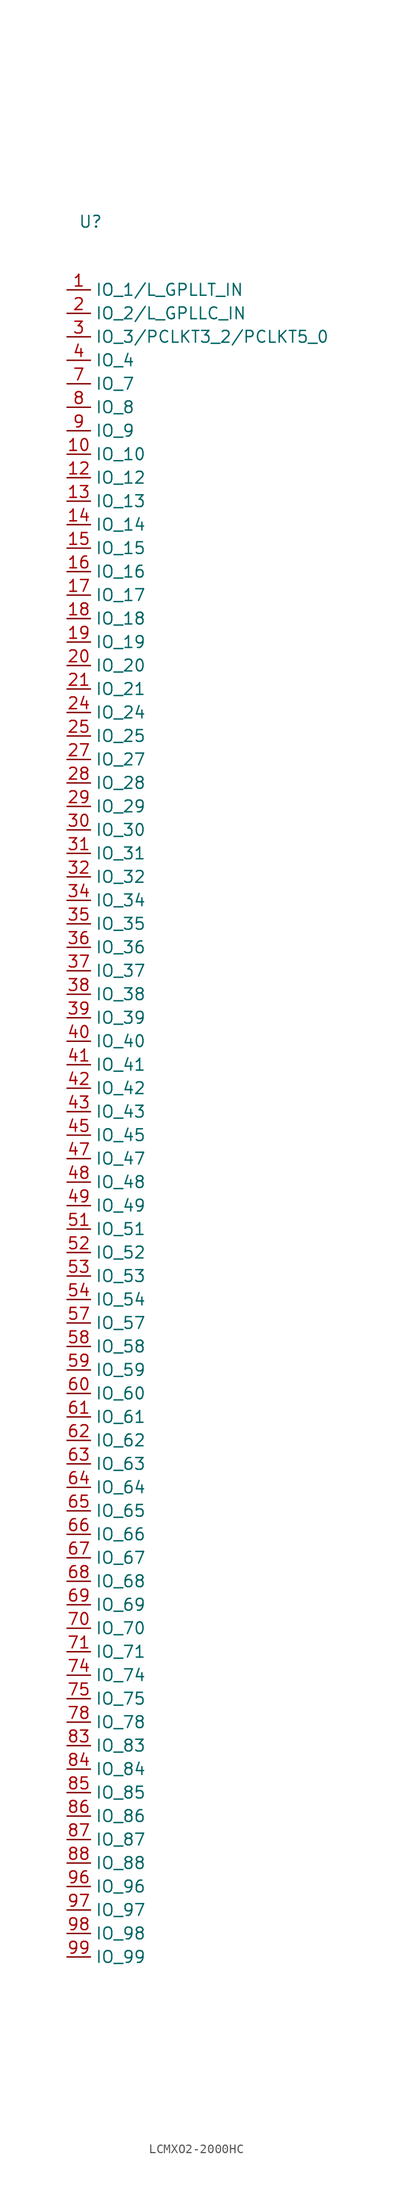
<source format=kicad_sym>
(kicad_symbol_lib
  (version 20231120)
  (generator "kicad_symbol_editor")
  (generator_version "8.0")
  (symbol "LCMXO2-2000HC"
    (property "Reference" "U"
      (at 0 3.556 0)
      (effects (font (size 1.27 1.27))))
    (property "Value" ""
      (at 0 0 0)
      (effects (font (size 1.27 1.27))))
    (symbol "LCMXO2-2000HC_1_1"
      (pin bidirectional line (at -2.54 -3.81 0) (length 2.54) (name "IO_1/L_GPLLT_IN" (effects (font (size 1.27 1.27)))) (number "1" (effects (font (size 1.27 1.27)))))
      (pin bidirectional line (at -2.54 -21.59 0) (length 2.54) (name "IO_10" (effects (font (size 1.27 1.27)))) (number "10" (effects (font (size 1.27 1.27)))))
      (pin bidirectional line (at -2.54 -24.13 0) (length 2.54) (name "IO_12" (effects (font (size 1.27 1.27)))) (number "12" (effects (font (size 1.27 1.27)))))
      (pin bidirectional line (at -2.54 -26.67 0) (length 2.54) (name "IO_13" (effects (font (size 1.27 1.27)))) (number "13" (effects (font (size 1.27 1.27)))))
      (pin bidirectional line (at -2.54 -29.21 0) (length 2.54) (name "IO_14" (effects (font (size 1.27 1.27)))) (number "14" (effects (font (size 1.27 1.27)))))
      (pin bidirectional line (at -2.54 -31.75 0) (length 2.54) (name "IO_15" (effects (font (size 1.27 1.27)))) (number "15" (effects (font (size 1.27 1.27)))))
      (pin bidirectional line (at -2.54 -34.29 0) (length 2.54) (name "IO_16" (effects (font (size 1.27 1.27)))) (number "16" (effects (font (size 1.27 1.27)))))
      (pin bidirectional line (at -2.54 -36.83 0) (length 2.54) (name "IO_17" (effects (font (size 1.27 1.27)))) (number "17" (effects (font (size 1.27 1.27)))))
      (pin bidirectional line (at -2.54 -39.37 0) (length 2.54) (name "IO_18" (effects (font (size 1.27 1.27)))) (number "18" (effects (font (size 1.27 1.27)))))
      (pin bidirectional line (at -2.54 -41.91 0) (length 2.54) (name "IO_19" (effects (font (size 1.27 1.27)))) (number "19" (effects (font (size 1.27 1.27)))))
      (pin bidirectional line (at -2.54 -6.35 0) (length 2.54) (name "IO_2/L_GPLLC_IN" (effects (font (size 1.27 1.27)))) (number "2" (effects (font (size 1.27 1.27)))))
      (pin bidirectional line (at -2.54 -44.45 0) (length 2.54) (name "IO_20" (effects (font (size 1.27 1.27)))) (number "20" (effects (font (size 1.27 1.27)))))
      (pin bidirectional line (at -2.54 -46.99 0) (length 2.54) (name "IO_21" (effects (font (size 1.27 1.27)))) (number "21" (effects (font (size 1.27 1.27)))))
      (pin bidirectional line (at -2.54 -49.53 0) (length 2.54) (name "IO_24" (effects (font (size 1.27 1.27)))) (number "24" (effects (font (size 1.27 1.27)))))
      (pin bidirectional line (at -2.54 -52.07 0) (length 2.54) (name "IO_25" (effects (font (size 1.27 1.27)))) (number "25" (effects (font (size 1.27 1.27)))))
      (pin bidirectional line (at -2.54 -54.61 0) (length 2.54) (name "IO_27" (effects (font (size 1.27 1.27)))) (number "27" (effects (font (size 1.27 1.27)))))
      (pin bidirectional line (at -2.54 -57.15 0) (length 2.54) (name "IO_28" (effects (font (size 1.27 1.27)))) (number "28" (effects (font (size 1.27 1.27)))))
      (pin bidirectional line (at -2.54 -59.69 0) (length 2.54) (name "IO_29" (effects (font (size 1.27 1.27)))) (number "29" (effects (font (size 1.27 1.27)))))
      (pin bidirectional line (at -2.54 -8.89 0) (length 2.54) (name "IO_3/PCLKT3_2/PCLKT5_0" (effects (font (size 1.27 1.27)))) (number "3" (effects (font (size 1.27 1.27)))))
      (pin bidirectional line (at -2.54 -62.23 0) (length 2.54) (name "IO_30" (effects (font (size 1.27 1.27)))) (number "30" (effects (font (size 1.27 1.27)))))
      (pin bidirectional line (at -2.54 -64.77 0) (length 2.54) (name "IO_31" (effects (font (size 1.27 1.27)))) (number "31" (effects (font (size 1.27 1.27)))))
      (pin bidirectional line (at -2.54 -67.31 0) (length 2.54) (name "IO_32" (effects (font (size 1.27 1.27)))) (number "32" (effects (font (size 1.27 1.27)))))
      (pin bidirectional line (at -2.54 -69.85 0) (length 2.54) (name "IO_34" (effects (font (size 1.27 1.27)))) (number "34" (effects (font (size 1.27 1.27)))))
      (pin bidirectional line (at -2.54 -72.39 0) (length 2.54) (name "IO_35" (effects (font (size 1.27 1.27)))) (number "35" (effects (font (size 1.27 1.27)))))
      (pin bidirectional line (at -2.54 -74.93 0) (length 2.54) (name "IO_36" (effects (font (size 1.27 1.27)))) (number "36" (effects (font (size 1.27 1.27)))))
      (pin bidirectional line (at -2.54 -77.47 0) (length 2.54) (name "IO_37" (effects (font (size 1.27 1.27)))) (number "37" (effects (font (size 1.27 1.27)))))
      (pin bidirectional line (at -2.54 -80.01 0) (length 2.54) (name "IO_38" (effects (font (size 1.27 1.27)))) (number "38" (effects (font (size 1.27 1.27)))))
      (pin bidirectional line (at -2.54 -82.55 0) (length 2.54) (name "IO_39" (effects (font (size 1.27 1.27)))) (number "39" (effects (font (size 1.27 1.27)))))
      (pin bidirectional line (at -2.54 -11.43 0) (length 2.54) (name "IO_4" (effects (font (size 1.27 1.27)))) (number "4" (effects (font (size 1.27 1.27)))))
      (pin bidirectional line (at -2.54 -85.09 0) (length 2.54) (name "IO_40" (effects (font (size 1.27 1.27)))) (number "40" (effects (font (size 1.27 1.27)))))
      (pin bidirectional line (at -2.54 -87.63 0) (length 2.54) (name "IO_41" (effects (font (size 1.27 1.27)))) (number "41" (effects (font (size 1.27 1.27)))))
      (pin bidirectional line (at -2.54 -90.17 0) (length 2.54) (name "IO_42" (effects (font (size 1.27 1.27)))) (number "42" (effects (font (size 1.27 1.27)))))
      (pin bidirectional line (at -2.54 -92.71 0) (length 2.54) (name "IO_43" (effects (font (size 1.27 1.27)))) (number "43" (effects (font (size 1.27 1.27)))))
      (pin bidirectional line (at -2.54 -95.25 0) (length 2.54) (name "IO_45" (effects (font (size 1.27 1.27)))) (number "45" (effects (font (size 1.27 1.27)))))
      (pin bidirectional line (at -2.54 -97.79 0) (length 2.54) (name "IO_47" (effects (font (size 1.27 1.27)))) (number "47" (effects (font (size 1.27 1.27)))))
      (pin bidirectional line (at -2.54 -100.33 0) (length 2.54) (name "IO_48" (effects (font (size 1.27 1.27)))) (number "48" (effects (font (size 1.27 1.27)))))
      (pin bidirectional line (at -2.54 -102.87 0) (length 2.54) (name "IO_49" (effects (font (size 1.27 1.27)))) (number "49" (effects (font (size 1.27 1.27)))))
      (pin bidirectional line (at -2.54 -105.41 0) (length 2.54) (name "IO_51" (effects (font (size 1.27 1.27)))) (number "51" (effects (font (size 1.27 1.27)))))
      (pin bidirectional line (at -2.54 -107.95 0) (length 2.54) (name "IO_52" (effects (font (size 1.27 1.27)))) (number "52" (effects (font (size 1.27 1.27)))))
      (pin bidirectional line (at -2.54 -110.49 0) (length 2.54) (name "IO_53" (effects (font (size 1.27 1.27)))) (number "53" (effects (font (size 1.27 1.27)))))
      (pin bidirectional line (at -2.54 -113.03 0) (length 2.54) (name "IO_54" (effects (font (size 1.27 1.27)))) (number "54" (effects (font (size 1.27 1.27)))))
      (pin bidirectional line (at -2.54 -115.57 0) (length 2.54) (name "IO_57" (effects (font (size 1.27 1.27)))) (number "57" (effects (font (size 1.27 1.27)))))
      (pin bidirectional line (at -2.54 -118.11 0) (length 2.54) (name "IO_58" (effects (font (size 1.27 1.27)))) (number "58" (effects (font (size 1.27 1.27)))))
      (pin bidirectional line (at -2.54 -120.65 0) (length 2.54) (name "IO_59" (effects (font (size 1.27 1.27)))) (number "59" (effects (font (size 1.27 1.27)))))
      (pin bidirectional line (at -2.54 -123.19 0) (length 2.54) (name "IO_60" (effects (font (size 1.27 1.27)))) (number "60" (effects (font (size 1.27 1.27)))))
      (pin bidirectional line (at -2.54 -125.73 0) (length 2.54) (name "IO_61" (effects (font (size 1.27 1.27)))) (number "61" (effects (font (size 1.27 1.27)))))
      (pin bidirectional line (at -2.54 -128.27 0) (length 2.54) (name "IO_62" (effects (font (size 1.27 1.27)))) (number "62" (effects (font (size 1.27 1.27)))))
      (pin bidirectional line (at -2.54 -130.81 0) (length 2.54) (name "IO_63" (effects (font (size 1.27 1.27)))) (number "63" (effects (font (size 1.27 1.27)))))
      (pin bidirectional line (at -2.54 -133.35 0) (length 2.54) (name "IO_64" (effects (font (size 1.27 1.27)))) (number "64" (effects (font (size 1.27 1.27)))))
      (pin bidirectional line (at -2.54 -135.89 0) (length 2.54) (name "IO_65" (effects (font (size 1.27 1.27)))) (number "65" (effects (font (size 1.27 1.27)))))
      (pin bidirectional line (at -2.54 -138.43 0) (length 2.54) (name "IO_66" (effects (font (size 1.27 1.27)))) (number "66" (effects (font (size 1.27 1.27)))))
      (pin bidirectional line (at -2.54 -140.97 0) (length 2.54) (name "IO_67" (effects (font (size 1.27 1.27)))) (number "67" (effects (font (size 1.27 1.27)))))
      (pin bidirectional line (at -2.54 -143.51 0) (length 2.54) (name "IO_68" (effects (font (size 1.27 1.27)))) (number "68" (effects (font (size 1.27 1.27)))))
      (pin bidirectional line (at -2.54 -146.05 0) (length 2.54) (name "IO_69" (effects (font (size 1.27 1.27)))) (number "69" (effects (font (size 1.27 1.27)))))
      (pin bidirectional line (at -2.54 -13.97 0) (length 2.54) (name "IO_7" (effects (font (size 1.27 1.27)))) (number "7" (effects (font (size 1.27 1.27)))))
      (pin bidirectional line (at -2.54 -148.59 0) (length 2.54) (name "IO_70" (effects (font (size 1.27 1.27)))) (number "70" (effects (font (size 1.27 1.27)))))
      (pin bidirectional line (at -2.54 -151.13 0) (length 2.54) (name "IO_71" (effects (font (size 1.27 1.27)))) (number "71" (effects (font (size 1.27 1.27)))))
      (pin bidirectional line (at -2.54 -153.67 0) (length 2.54) (name "IO_74" (effects (font (size 1.27 1.27)))) (number "74" (effects (font (size 1.27 1.27)))))
      (pin bidirectional line (at -2.54 -156.21 0) (length 2.54) (name "IO_75" (effects (font (size 1.27 1.27)))) (number "75" (effects (font (size 1.27 1.27)))))
      (pin bidirectional line (at -2.54 -158.75 0) (length 2.54) (name "IO_78" (effects (font (size 1.27 1.27)))) (number "78" (effects (font (size 1.27 1.27)))))
      (pin bidirectional line (at -2.54 -16.51 0) (length 2.54) (name "IO_8" (effects (font (size 1.27 1.27)))) (number "8" (effects (font (size 1.27 1.27)))))
      (pin bidirectional line (at -2.54 -161.29 0) (length 2.54) (name "IO_83" (effects (font (size 1.27 1.27)))) (number "83" (effects (font (size 1.27 1.27)))))
      (pin bidirectional line (at -2.54 -163.83 0) (length 2.54) (name "IO_84" (effects (font (size 1.27 1.27)))) (number "84" (effects (font (size 1.27 1.27)))))
      (pin bidirectional line (at -2.54 -166.37 0) (length 2.54) (name "IO_85" (effects (font (size 1.27 1.27)))) (number "85" (effects (font (size 1.27 1.27)))))
      (pin bidirectional line (at -2.54 -168.91 0) (length 2.54) (name "IO_86" (effects (font (size 1.27 1.27)))) (number "86" (effects (font (size 1.27 1.27)))))
      (pin bidirectional line (at -2.54 -171.45 0) (length 2.54) (name "IO_87" (effects (font (size 1.27 1.27)))) (number "87" (effects (font (size 1.27 1.27)))))
      (pin bidirectional line (at -2.54 -173.99 0) (length 2.54) (name "IO_88" (effects (font (size 1.27 1.27)))) (number "88" (effects (font (size 1.27 1.27)))))
      (pin bidirectional line (at -2.54 -19.05 0) (length 2.54) (name "IO_9" (effects (font (size 1.27 1.27)))) (number "9" (effects (font (size 1.27 1.27)))))
      (pin bidirectional line (at -2.54 -176.53 0) (length 2.54) (name "IO_96" (effects (font (size 1.27 1.27)))) (number "96" (effects (font (size 1.27 1.27)))))
      (pin bidirectional line (at -2.54 -179.07 0) (length 2.54) (name "IO_97" (effects (font (size 1.27 1.27)))) (number "97" (effects (font (size 1.27 1.27)))))
      (pin bidirectional line (at -2.54 -181.61 0) (length 2.54) (name "IO_98" (effects (font (size 1.27 1.27)))) (number "98" (effects (font (size 1.27 1.27)))))
      (pin bidirectional line (at -2.54 -184.15 0) (length 2.54) (name "IO_99" (effects (font (size 1.27 1.27)))) (number "99" (effects (font (size 1.27 1.27))))))))
</source>
